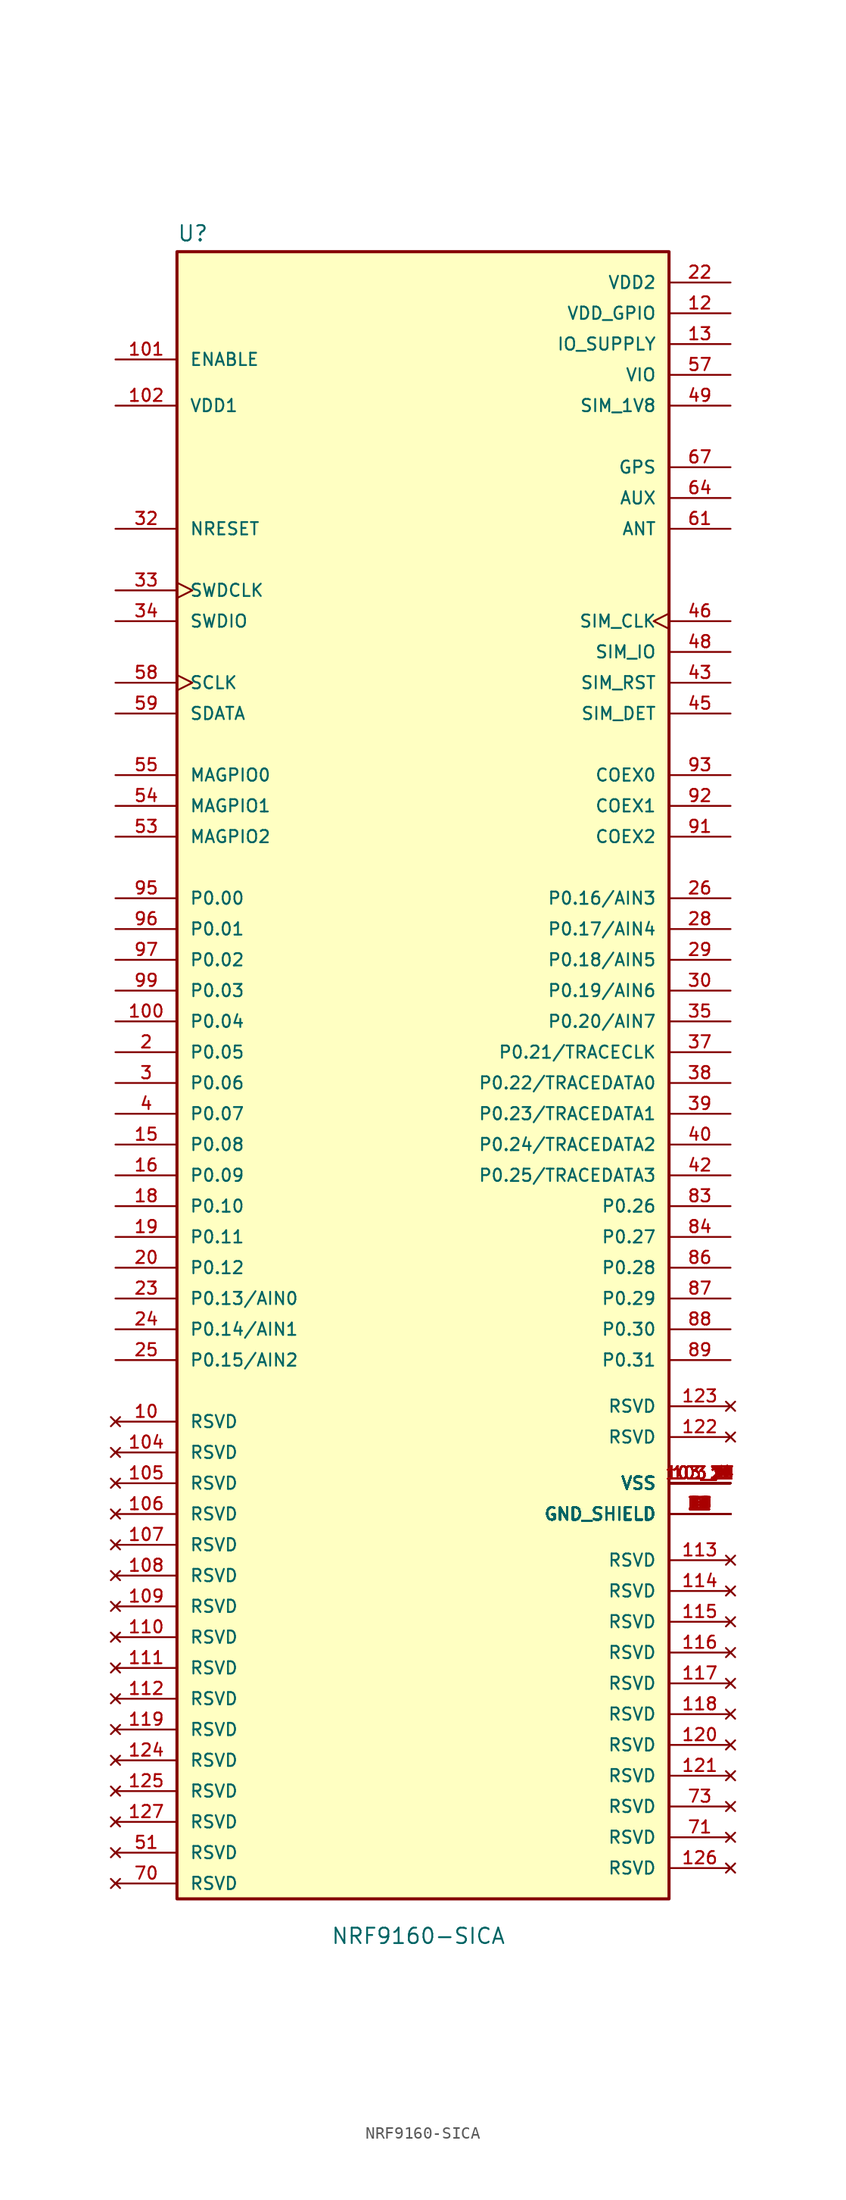
<source format=kicad_sym>
(kicad_symbol_lib
  (version 20220914)
  (generator kicad_symbol_editor)
  (symbol "NRF9160-SICA"
    (pin_names
      (offset 1.016))
    (property "Reference" "U"
      (at -20.32 54.102 0)
      (effects (font (size 1.27 1.27)) (justify left bottom)))
    (property "Value" "NRF9160-SICA"
      (at -7.62 -86.36 0)
      (effects (font (size 1.27 1.27)) (justify left bottom)))
    (symbol "NRF9160-SICA_0_0"
      (rectangle (start -20.32 53.34) (end 20.32 -82.55) (stroke (width 0.254) (type default)) (fill (type background)))
      (pin power_in line (at 25.4 -50.8 180) (length 5.08) (name "GND_SHIELD" (effects (font (size 1.016 1.016)))) (number "1" (effects (font (size 1.016 1.016)))))
      (pin bidirectional line (at -25.4 -10.16 0) (length 5.08) (name "P0.04" (effects (font (size 1.016 1.016)))) (number "100" (effects (font (size 1.016 1.016)))))
      (pin input line (at -25.4 44.45 0) (length 5.08) (name "ENABLE" (effects (font (size 1.016 1.016)))) (number "101" (effects (font (size 1.016 1.016)))))
      (pin power_in line (at 25.4 -48.26 180) (length 5.08) (name "VSS" (effects (font (size 1.016 1.016)))) (number "103_1" (effects (font (size 1.016 1.016)))))
      (pin power_in line (at 25.4 -48.26 180) (length 5.08) (name "VSS" (effects (font (size 1.016 1.016)))) (number "103_10" (effects (font (size 1.016 1.016)))))
      (pin power_in line (at 25.4 -48.26 180) (length 5.08) (name "VSS" (effects (font (size 1.016 1.016)))) (number "103_11" (effects (font (size 1.016 1.016)))))
      (pin power_in line (at 25.4 -48.26 180) (length 5.08) (name "VSS" (effects (font (size 1.016 1.016)))) (number "103_12" (effects (font (size 1.016 1.016)))))
      (pin power_in line (at 25.4 -48.26 180) (length 5.08) (name "VSS" (effects (font (size 1.016 1.016)))) (number "103_13" (effects (font (size 1.016 1.016)))))
      (pin power_in line (at 25.4 -48.26 180) (length 5.08) (name "VSS" (effects (font (size 1.016 1.016)))) (number "103_14" (effects (font (size 1.016 1.016)))))
      (pin power_in line (at 25.4 -48.26 180) (length 5.08) (name "VSS" (effects (font (size 1.016 1.016)))) (number "103_15" (effects (font (size 1.016 1.016)))))
      (pin power_in line (at 25.4 -48.26 180) (length 5.08) (name "VSS" (effects (font (size 1.016 1.016)))) (number "103_16" (effects (font (size 1.016 1.016)))))
      (pin power_in line (at 25.4 -48.26 180) (length 5.08) (name "VSS" (effects (font (size 1.016 1.016)))) (number "103_17" (effects (font (size 1.016 1.016)))))
      (pin power_in line (at 25.4 -48.26 180) (length 5.08) (name "VSS" (effects (font (size 1.016 1.016)))) (number "103_18" (effects (font (size 1.016 1.016)))))
      (pin power_in line (at 25.4 -48.26 180) (length 5.08) (name "VSS" (effects (font (size 1.016 1.016)))) (number "103_19" (effects (font (size 1.016 1.016)))))
      (pin power_in line (at 25.4 -48.26 180) (length 5.08) (name "VSS" (effects (font (size 1.016 1.016)))) (number "103_2" (effects (font (size 1.016 1.016)))))
      (pin power_in line (at 25.4 -48.26 180) (length 5.08) (name "VSS" (effects (font (size 1.016 1.016)))) (number "103_20" (effects (font (size 1.016 1.016)))))
      (pin power_in line (at 25.4 -48.26 180) (length 5.08) (name "VSS" (effects (font (size 1.016 1.016)))) (number "103_21" (effects (font (size 1.016 1.016)))))
      (pin power_in line (at 25.4 -48.26 180) (length 5.08) (name "VSS" (effects (font (size 1.016 1.016)))) (number "103_22" (effects (font (size 1.016 1.016)))))
      (pin power_in line (at 25.4 -48.26 180) (length 5.08) (name "VSS" (effects (font (size 1.016 1.016)))) (number "103_23" (effects (font (size 1.016 1.016)))))
      (pin power_in line (at 25.4 -48.26 180) (length 5.08) (name "VSS" (effects (font (size 1.016 1.016)))) (number "103_24" (effects (font (size 1.016 1.016)))))
      (pin power_in line (at 25.4 -48.26 180) (length 5.08) (name "VSS" (effects (font (size 1.016 1.016)))) (number "103_25" (effects (font (size 1.016 1.016)))))
      (pin power_in line (at 25.4 -48.26 180) (length 5.08) (name "VSS" (effects (font (size 1.016 1.016)))) (number "103_26" (effects (font (size 1.016 1.016)))))
      (pin power_in line (at 25.4 -48.26 180) (length 5.08) (name "VSS" (effects (font (size 1.016 1.016)))) (number "103_27" (effects (font (size 1.016 1.016)))))
      (pin power_in line (at 25.4 -48.26 180) (length 5.08) (name "VSS" (effects (font (size 1.016 1.016)))) (number "103_28" (effects (font (size 1.016 1.016)))))
      (pin power_in line (at 25.4 -48.26 180) (length 5.08) (name "VSS" (effects (font (size 1.016 1.016)))) (number "103_29" (effects (font (size 1.016 1.016)))))
      (pin power_in line (at 25.4 -48.26 180) (length 5.08) (name "VSS" (effects (font (size 1.016 1.016)))) (number "103_3" (effects (font (size 1.016 1.016)))))
      (pin power_in line (at 25.4 -48.26 180) (length 5.08) (name "VSS" (effects (font (size 1.016 1.016)))) (number "103_30" (effects (font (size 1.016 1.016)))))
      (pin power_in line (at 25.4 -48.26 180) (length 5.08) (name "VSS" (effects (font (size 1.016 1.016)))) (number "103_31" (effects (font (size 1.016 1.016)))))
      (pin power_in line (at 25.4 -48.26 180) (length 5.08) (name "VSS" (effects (font (size 1.016 1.016)))) (number "103_32" (effects (font (size 1.016 1.016)))))
      (pin power_in line (at 25.4 -48.26 180) (length 5.08) (name "VSS" (effects (font (size 1.016 1.016)))) (number "103_33" (effects (font (size 1.016 1.016)))))
      (pin power_in line (at 25.4 -48.26 180) (length 5.08) (name "VSS" (effects (font (size 1.016 1.016)))) (number "103_34" (effects (font (size 1.016 1.016)))))
      (pin power_in line (at 25.4 -48.26 180) (length 5.08) (name "VSS" (effects (font (size 1.016 1.016)))) (number "103_35" (effects (font (size 1.016 1.016)))))
      (pin power_in line (at 25.4 -48.26 180) (length 5.08) (name "VSS" (effects (font (size 1.016 1.016)))) (number "103_4" (effects (font (size 1.016 1.016)))))
      (pin power_in line (at 25.4 -48.26 180) (length 5.08) (name "VSS" (effects (font (size 1.016 1.016)))) (number "103_5" (effects (font (size 1.016 1.016)))))
      (pin power_in line (at 25.4 -48.26 180) (length 5.08) (name "VSS" (effects (font (size 1.016 1.016)))) (number "103_6" (effects (font (size 1.016 1.016)))))
      (pin power_in line (at 25.4 -48.26 180) (length 5.08) (name "VSS" (effects (font (size 1.016 1.016)))) (number "103_7" (effects (font (size 1.016 1.016)))))
      (pin power_in line (at 25.4 -48.26 180) (length 5.08) (name "VSS" (effects (font (size 1.016 1.016)))) (number "103_8" (effects (font (size 1.016 1.016)))))
      (pin power_in line (at 25.4 -48.26 180) (length 5.08) (name "VSS" (effects (font (size 1.016 1.016)))) (number "103_9" (effects (font (size 1.016 1.016)))))
      (pin power_in line (at 25.4 48.26 180) (length 5.08) (name "VDD_GPIO" (effects (font (size 1.016 1.016)))) (number "12" (effects (font (size 1.016 1.016)))))
      (pin power_in line (at 25.4 45.72 180) (length 5.08) (name "IO_SUPPLY" (effects (font (size 1.016 1.016)))) (number "13" (effects (font (size 1.016 1.016)))))
      (pin power_in line (at 25.4 -50.8 180) (length 5.08) (name "GND_SHIELD" (effects (font (size 1.016 1.016)))) (number "14" (effects (font (size 1.016 1.016)))))
      (pin bidirectional line (at -25.4 -20.32 0) (length 5.08) (name "P0.08" (effects (font (size 1.016 1.016)))) (number "15" (effects (font (size 1.016 1.016)))))
      (pin bidirectional line (at -25.4 -22.86 0) (length 5.08) (name "P0.09" (effects (font (size 1.016 1.016)))) (number "16" (effects (font (size 1.016 1.016)))))
      (pin power_in line (at 25.4 -50.8 180) (length 5.08) (name "GND_SHIELD" (effects (font (size 1.016 1.016)))) (number "17" (effects (font (size 1.016 1.016)))))
      (pin bidirectional line (at -25.4 -25.4 0) (length 5.08) (name "P0.10" (effects (font (size 1.016 1.016)))) (number "18" (effects (font (size 1.016 1.016)))))
      (pin bidirectional line (at -25.4 -27.94 0) (length 5.08) (name "P0.11" (effects (font (size 1.016 1.016)))) (number "19" (effects (font (size 1.016 1.016)))))
      (pin bidirectional line (at -25.4 -12.7 0) (length 5.08) (name "P0.05" (effects (font (size 1.016 1.016)))) (number "2" (effects (font (size 1.016 1.016)))))
      (pin bidirectional line (at -25.4 -30.48 0) (length 5.08) (name "P0.12" (effects (font (size 1.016 1.016)))) (number "20" (effects (font (size 1.016 1.016)))))
      (pin power_in line (at 25.4 -50.8 180) (length 5.08) (name "GND_SHIELD" (effects (font (size 1.016 1.016)))) (number "21" (effects (font (size 1.016 1.016)))))
      (pin bidirectional line (at -25.4 -33.02 0) (length 5.08) (name "P0.13/AIN0" (effects (font (size 1.016 1.016)))) (number "23" (effects (font (size 1.016 1.016)))))
      (pin bidirectional line (at -25.4 -35.56 0) (length 5.08) (name "P0.14/AIN1" (effects (font (size 1.016 1.016)))) (number "24" (effects (font (size 1.016 1.016)))))
      (pin bidirectional line (at -25.4 -38.1 0) (length 5.08) (name "P0.15/AIN2" (effects (font (size 1.016 1.016)))) (number "25" (effects (font (size 1.016 1.016)))))
      (pin bidirectional line (at 25.4 0 180) (length 5.08) (name "P0.16/AIN3" (effects (font (size 1.016 1.016)))) (number "26" (effects (font (size 1.016 1.016)))))
      (pin power_in line (at 25.4 -50.8 180) (length 5.08) (name "GND_SHIELD" (effects (font (size 1.016 1.016)))) (number "27" (effects (font (size 1.016 1.016)))))
      (pin bidirectional line (at 25.4 -2.54 180) (length 5.08) (name "P0.17/AIN4" (effects (font (size 1.016 1.016)))) (number "28" (effects (font (size 1.016 1.016)))))
      (pin bidirectional line (at 25.4 -5.08 180) (length 5.08) (name "P0.18/AIN5" (effects (font (size 1.016 1.016)))) (number "29" (effects (font (size 1.016 1.016)))))
      (pin bidirectional line (at -25.4 -15.24 0) (length 5.08) (name "P0.06" (effects (font (size 1.016 1.016)))) (number "3" (effects (font (size 1.016 1.016)))))
      (pin bidirectional line (at 25.4 -7.62 180) (length 5.08) (name "P0.19/AIN6" (effects (font (size 1.016 1.016)))) (number "30" (effects (font (size 1.016 1.016)))))
      (pin power_in line (at 25.4 -50.8 180) (length 5.08) (name "GND_SHIELD" (effects (font (size 1.016 1.016)))) (number "31" (effects (font (size 1.016 1.016)))))
      (pin input line (at -25.4 30.48 0) (length 5.08) (name "NRESET" (effects (font (size 1.016 1.016)))) (number "32" (effects (font (size 1.016 1.016)))))
      (pin input clock (at -25.4 25.4 0) (length 5.08) (name "SWDCLK" (effects (font (size 1.016 1.016)))) (number "33" (effects (font (size 1.016 1.016)))))
      (pin bidirectional line (at -25.4 22.86 0) (length 5.08) (name "SWDIO" (effects (font (size 1.016 1.016)))) (number "34" (effects (font (size 1.016 1.016)))))
      (pin bidirectional line (at 25.4 -10.16 180) (length 5.08) (name "P0.20/AIN7" (effects (font (size 1.016 1.016)))) (number "35" (effects (font (size 1.016 1.016)))))
      (pin power_in line (at 25.4 -50.8 180) (length 5.08) (name "GND_SHIELD" (effects (font (size 1.016 1.016)))) (number "36" (effects (font (size 1.016 1.016)))))
      (pin bidirectional line (at 25.4 -12.7 180) (length 5.08) (name "P0.21/TRACECLK" (effects (font (size 1.016 1.016)))) (number "37" (effects (font (size 1.016 1.016)))))
      (pin bidirectional line (at 25.4 -15.24 180) (length 5.08) (name "P0.22/TRACEDATA0" (effects (font (size 1.016 1.016)))) (number "38" (effects (font (size 1.016 1.016)))))
      (pin bidirectional line (at 25.4 -17.78 180) (length 5.08) (name "P0.23/TRACEDATA1" (effects (font (size 1.016 1.016)))) (number "39" (effects (font (size 1.016 1.016)))))
      (pin bidirectional line (at -25.4 -17.78 0) (length 5.08) (name "P0.07" (effects (font (size 1.016 1.016)))) (number "4" (effects (font (size 1.016 1.016)))))
      (pin bidirectional line (at 25.4 -20.32 180) (length 5.08) (name "P0.24/TRACEDATA2" (effects (font (size 1.016 1.016)))) (number "40" (effects (font (size 1.016 1.016)))))
      (pin power_in line (at 25.4 -50.8 180) (length 5.08) (name "GND_SHIELD" (effects (font (size 1.016 1.016)))) (number "41" (effects (font (size 1.016 1.016)))))
      (pin bidirectional line (at 25.4 -22.86 180) (length 5.08) (name "P0.25/TRACEDATA3" (effects (font (size 1.016 1.016)))) (number "42" (effects (font (size 1.016 1.016)))))
      (pin bidirectional line (at 25.4 17.78 180) (length 5.08) (name "SIM_RST" (effects (font (size 1.016 1.016)))) (number "43" (effects (font (size 1.016 1.016)))))
      (pin power_in line (at 25.4 -50.8 180) (length 5.08) (name "GND_SHIELD" (effects (font (size 1.016 1.016)))) (number "44" (effects (font (size 1.016 1.016)))))
      (pin bidirectional line (at 25.4 15.24 180) (length 5.08) (name "SIM_DET" (effects (font (size 1.016 1.016)))) (number "45" (effects (font (size 1.016 1.016)))))
      (pin bidirectional clock (at 25.4 22.86 180) (length 5.08) (name "SIM_CLK" (effects (font (size 1.016 1.016)))) (number "46" (effects (font (size 1.016 1.016)))))
      (pin power_in line (at 25.4 -50.8 180) (length 5.08) (name "GND_SHIELD" (effects (font (size 1.016 1.016)))) (number "47" (effects (font (size 1.016 1.016)))))
      (pin bidirectional line (at 25.4 20.32 180) (length 5.08) (name "SIM_IO" (effects (font (size 1.016 1.016)))) (number "48" (effects (font (size 1.016 1.016)))))
      (pin power_in line (at 25.4 40.64 180) (length 5.08) (name "SIM_1V8" (effects (font (size 1.016 1.016)))) (number "49" (effects (font (size 1.016 1.016)))))
      (pin power_in line (at 25.4 -50.8 180) (length 5.08) (name "GND_SHIELD" (effects (font (size 1.016 1.016)))) (number "5" (effects (font (size 1.016 1.016)))))
      (pin power_in line (at 25.4 -50.8 180) (length 5.08) (name "GND_SHIELD" (effects (font (size 1.016 1.016)))) (number "50" (effects (font (size 1.016 1.016)))))
      (pin power_in line (at 25.4 -50.8 180) (length 5.08) (name "GND_SHIELD" (effects (font (size 1.016 1.016)))) (number "52" (effects (font (size 1.016 1.016)))))
      (pin bidirectional line (at -25.4 5.08 0) (length 5.08) (name "MAGPIO2" (effects (font (size 1.016 1.016)))) (number "53" (effects (font (size 1.016 1.016)))))
      (pin bidirectional line (at -25.4 7.62 0) (length 5.08) (name "MAGPIO1" (effects (font (size 1.016 1.016)))) (number "54" (effects (font (size 1.016 1.016)))))
      (pin bidirectional line (at -25.4 10.16 0) (length 5.08) (name "MAGPIO0" (effects (font (size 1.016 1.016)))) (number "55" (effects (font (size 1.016 1.016)))))
      (pin power_in line (at 25.4 -50.8 180) (length 5.08) (name "GND_SHIELD" (effects (font (size 1.016 1.016)))) (number "56" (effects (font (size 1.016 1.016)))))
      (pin power_in line (at 25.4 43.18 180) (length 5.08) (name "VIO" (effects (font (size 1.016 1.016)))) (number "57" (effects (font (size 1.016 1.016)))))
      (pin bidirectional clock (at -25.4 17.78 0) (length 5.08) (name "SCLK" (effects (font (size 1.016 1.016)))) (number "58" (effects (font (size 1.016 1.016)))))
      (pin bidirectional line (at -25.4 15.24 0) (length 5.08) (name "SDATA" (effects (font (size 1.016 1.016)))) (number "59" (effects (font (size 1.016 1.016)))))
      (pin power_in line (at 25.4 -50.8 180) (length 5.08) (name "GND_SHIELD" (effects (font (size 1.016 1.016)))) (number "60" (effects (font (size 1.016 1.016)))))
      (pin bidirectional line (at 25.4 30.48 180) (length 5.08) (name "ANT" (effects (font (size 1.016 1.016)))) (number "61" (effects (font (size 1.016 1.016)))))
      (pin power_in line (at 25.4 -50.8 180) (length 5.08) (name "GND_SHIELD" (effects (font (size 1.016 1.016)))) (number "62" (effects (font (size 1.016 1.016)))))
      (pin power_in line (at 25.4 -50.8 180) (length 5.08) (name "GND_SHIELD" (effects (font (size 1.016 1.016)))) (number "63" (effects (font (size 1.016 1.016)))))
      (pin output line (at 25.4 33.02 180) (length 5.08) (name "AUX" (effects (font (size 1.016 1.016)))) (number "64" (effects (font (size 1.016 1.016)))))
      (pin power_in line (at 25.4 -50.8 180) (length 5.08) (name "GND_SHIELD" (effects (font (size 1.016 1.016)))) (number "65" (effects (font (size 1.016 1.016)))))
      (pin power_in line (at 25.4 -50.8 180) (length 5.08) (name "GND_SHIELD" (effects (font (size 1.016 1.016)))) (number "66" (effects (font (size 1.016 1.016)))))
      (pin input line (at 25.4 35.56 180) (length 5.08) (name "GPS" (effects (font (size 1.016 1.016)))) (number "67" (effects (font (size 1.016 1.016)))))
      (pin power_in line (at 25.4 -50.8 180) (length 5.08) (name "GND_SHIELD" (effects (font (size 1.016 1.016)))) (number "72" (effects (font (size 1.016 1.016)))))
      (pin power_in line (at 25.4 -50.8 180) (length 5.08) (name "GND_SHIELD" (effects (font (size 1.016 1.016)))) (number "74" (effects (font (size 1.016 1.016)))))
      (pin power_in line (at 25.4 -50.8 180) (length 5.08) (name "GND_SHIELD" (effects (font (size 1.016 1.016)))) (number "75" (effects (font (size 1.016 1.016)))))
      (pin power_in line (at 25.4 -50.8 180) (length 5.08) (name "GND_SHIELD" (effects (font (size 1.016 1.016)))) (number "76" (effects (font (size 1.016 1.016)))))
      (pin power_in line (at 25.4 -50.8 180) (length 5.08) (name "GND_SHIELD" (effects (font (size 1.016 1.016)))) (number "77" (effects (font (size 1.016 1.016)))))
      (pin power_in line (at 25.4 -50.8 180) (length 5.08) (name "GND_SHIELD" (effects (font (size 1.016 1.016)))) (number "78" (effects (font (size 1.016 1.016)))))
      (pin power_in line (at 25.4 -50.8 180) (length 5.08) (name "GND_SHIELD" (effects (font (size 1.016 1.016)))) (number "79" (effects (font (size 1.016 1.016)))))
      (pin power_in line (at 25.4 -50.8 180) (length 5.08) (name "GND_SHIELD" (effects (font (size 1.016 1.016)))) (number "80" (effects (font (size 1.016 1.016)))))
      (pin power_in line (at 25.4 -50.8 180) (length 5.08) (name "GND_SHIELD" (effects (font (size 1.016 1.016)))) (number "81" (effects (font (size 1.016 1.016)))))
      (pin power_in line (at 25.4 -50.8 180) (length 5.08) (name "GND_SHIELD" (effects (font (size 1.016 1.016)))) (number "82" (effects (font (size 1.016 1.016)))))
      (pin bidirectional line (at 25.4 -25.4 180) (length 5.08) (name "P0.26" (effects (font (size 1.016 1.016)))) (number "83" (effects (font (size 1.016 1.016)))))
      (pin bidirectional line (at 25.4 -27.94 180) (length 5.08) (name "P0.27" (effects (font (size 1.016 1.016)))) (number "84" (effects (font (size 1.016 1.016)))))
      (pin power_in line (at 25.4 -50.8 180) (length 5.08) (name "GND_SHIELD" (effects (font (size 1.016 1.016)))) (number "85" (effects (font (size 1.016 1.016)))))
      (pin bidirectional line (at 25.4 -30.48 180) (length 5.08) (name "P0.28" (effects (font (size 1.016 1.016)))) (number "86" (effects (font (size 1.016 1.016)))))
      (pin bidirectional line (at 25.4 -33.02 180) (length 5.08) (name "P0.29" (effects (font (size 1.016 1.016)))) (number "87" (effects (font (size 1.016 1.016)))))
      (pin bidirectional line (at 25.4 -35.56 180) (length 5.08) (name "P0.30" (effects (font (size 1.016 1.016)))) (number "88" (effects (font (size 1.016 1.016)))))
      (pin bidirectional line (at 25.4 -38.1 180) (length 5.08) (name "P0.31" (effects (font (size 1.016 1.016)))) (number "89" (effects (font (size 1.016 1.016)))))
      (pin power_in line (at 25.4 -50.8 180) (length 5.08) (name "GND_SHIELD" (effects (font (size 1.016 1.016)))) (number "9" (effects (font (size 1.016 1.016)))))
      (pin power_in line (at 25.4 -50.8 180) (length 5.08) (name "GND_SHIELD" (effects (font (size 1.016 1.016)))) (number "90" (effects (font (size 1.016 1.016)))))
      (pin bidirectional line (at 25.4 5.08 180) (length 5.08) (name "COEX2" (effects (font (size 1.016 1.016)))) (number "91" (effects (font (size 1.016 1.016)))))
      (pin bidirectional line (at 25.4 7.62 180) (length 5.08) (name "COEX1" (effects (font (size 1.016 1.016)))) (number "92" (effects (font (size 1.016 1.016)))))
      (pin bidirectional line (at 25.4 10.16 180) (length 5.08) (name "COEX0" (effects (font (size 1.016 1.016)))) (number "93" (effects (font (size 1.016 1.016)))))
      (pin power_in line (at 25.4 -50.8 180) (length 5.08) (name "GND_SHIELD" (effects (font (size 1.016 1.016)))) (number "94" (effects (font (size 1.016 1.016)))))
      (pin bidirectional line (at -25.4 0 0) (length 5.08) (name "P0.00" (effects (font (size 1.016 1.016)))) (number "95" (effects (font (size 1.016 1.016)))))
      (pin bidirectional line (at -25.4 -2.54 0) (length 5.08) (name "P0.01" (effects (font (size 1.016 1.016)))) (number "96" (effects (font (size 1.016 1.016)))))
      (pin bidirectional line (at -25.4 -5.08 0) (length 5.08) (name "P0.02" (effects (font (size 1.016 1.016)))) (number "97" (effects (font (size 1.016 1.016)))))
      (pin power_in line (at 25.4 -50.8 180) (length 5.08) (name "GND_SHIELD" (effects (font (size 1.016 1.016)))) (number "98" (effects (font (size 1.016 1.016)))))
      (pin bidirectional line (at -25.4 -7.62 0) (length 5.08) (name "P0.03" (effects (font (size 1.016 1.016)))) (number "99" (effects (font (size 1.016 1.016))))))
    (symbol "NRF9160-SICA_1_0"
      (pin no_connect line (at -25.4 -43.18 0) (length 5.08) (name "RSVD" (effects (font (size 1.016 1.016)))) (number "10" (effects (font (size 1.016 1.016)))))
      (pin power_in line (at -25.4 40.64 0) (length 5.08) (name "VDD1" (effects (font (size 1.016 1.016)))) (number "102" (effects (font (size 1.016 1.016)))))
      (pin no_connect line (at -25.4 -45.72 0) (length 5.08) (name "RSVD" (effects (font (size 1.016 1.016)))) (number "104" (effects (font (size 1.016 1.016)))))
      (pin no_connect line (at -25.4 -48.26 0) (length 5.08) (name "RSVD" (effects (font (size 1.016 1.016)))) (number "105" (effects (font (size 1.016 1.016)))))
      (pin no_connect line (at -25.4 -50.8 0) (length 5.08) (name "RSVD" (effects (font (size 1.016 1.016)))) (number "106" (effects (font (size 1.016 1.016)))))
      (pin no_connect line (at -25.4 -53.34 0) (length 5.08) (name "RSVD" (effects (font (size 1.016 1.016)))) (number "107" (effects (font (size 1.016 1.016)))))
      (pin no_connect line (at -25.4 -55.88 0) (length 5.08) (name "RSVD" (effects (font (size 1.016 1.016)))) (number "108" (effects (font (size 1.016 1.016)))))
      (pin no_connect line (at -25.4 -58.42 0) (length 5.08) (name "RSVD" (effects (font (size 1.016 1.016)))) (number "109" (effects (font (size 1.016 1.016)))))
      (pin power_in line (at 25.4 -50.8 180) (length 5.08) (name "GND_SHIELD" (effects (font (size 1.016 1.016)))) (number "11" (effects (font (size 1.016 1.016)))))
      (pin no_connect line (at -25.4 -60.96 0) (length 5.08) (name "RSVD" (effects (font (size 1.016 1.016)))) (number "110" (effects (font (size 1.016 1.016)))))
      (pin no_connect line (at -25.4 -63.5 0) (length 5.08) (name "RSVD" (effects (font (size 1.016 1.016)))) (number "111" (effects (font (size 1.016 1.016)))))
      (pin no_connect line (at -25.4 -66.04 0) (length 5.08) (name "RSVD" (effects (font (size 1.016 1.016)))) (number "112" (effects (font (size 1.016 1.016)))))
      (pin no_connect line (at 25.4 -54.61 180) (length 5.08) (name "RSVD" (effects (font (size 1.016 1.016)))) (number "113" (effects (font (size 1.016 1.016)))))
      (pin no_connect line (at 25.4 -57.15 180) (length 5.08) (name "RSVD" (effects (font (size 1.016 1.016)))) (number "114" (effects (font (size 1.016 1.016)))))
      (pin no_connect line (at 25.4 -59.69 180) (length 5.08) (name "RSVD" (effects (font (size 1.016 1.016)))) (number "115" (effects (font (size 1.016 1.016)))))
      (pin no_connect line (at 25.4 -62.23 180) (length 5.08) (name "RSVD" (effects (font (size 1.016 1.016)))) (number "116" (effects (font (size 1.016 1.016)))))
      (pin no_connect line (at 25.4 -64.77 180) (length 5.08) (name "RSVD" (effects (font (size 1.016 1.016)))) (number "117" (effects (font (size 1.016 1.016)))))
      (pin no_connect line (at 25.4 -67.31 180) (length 5.08) (name "RSVD" (effects (font (size 1.016 1.016)))) (number "118" (effects (font (size 1.016 1.016)))))
      (pin no_connect line (at -25.4 -68.58 0) (length 5.08) (name "RSVD" (effects (font (size 1.016 1.016)))) (number "119" (effects (font (size 1.016 1.016)))))
      (pin no_connect line (at 25.4 -69.85 180) (length 5.08) (name "RSVD" (effects (font (size 1.016 1.016)))) (number "120" (effects (font (size 1.016 1.016)))))
      (pin no_connect line (at 25.4 -72.39 180) (length 5.08) (name "RSVD" (effects (font (size 1.016 1.016)))) (number "121" (effects (font (size 1.016 1.016)))))
      (pin no_connect line (at 25.4 -44.45 180) (length 5.08) (name "RSVD" (effects (font (size 1.016 1.016)))) (number "122" (effects (font (size 1.016 1.016)))))
      (pin no_connect line (at 25.4 -41.91 180) (length 5.08) (name "RSVD" (effects (font (size 1.016 1.016)))) (number "123" (effects (font (size 1.016 1.016)))))
      (pin no_connect line (at -25.4 -71.12 0) (length 5.08) (name "RSVD" (effects (font (size 1.016 1.016)))) (number "124" (effects (font (size 1.016 1.016)))))
      (pin no_connect line (at -25.4 -73.66 0) (length 5.08) (name "RSVD" (effects (font (size 1.016 1.016)))) (number "125" (effects (font (size 1.016 1.016)))))
      (pin no_connect line (at 25.4 -80.01 180) (length 5.08) (name "RSVD" (effects (font (size 1.016 1.016)))) (number "126" (effects (font (size 1.016 1.016)))))
      (pin no_connect line (at -25.4 -76.2 0) (length 5.08) (name "RSVD" (effects (font (size 1.016 1.016)))) (number "127" (effects (font (size 1.016 1.016)))))
      (pin power_in line (at 25.4 50.8 180) (length 5.08) (name "VDD2" (effects (font (size 1.016 1.016)))) (number "22" (effects (font (size 1.016 1.016)))))
      (pin no_connect line (at -25.4 -78.74 0) (length 5.08) (name "RSVD" (effects (font (size 1.016 1.016)))) (number "51" (effects (font (size 1.016 1.016)))))
      (pin power_in line (at 25.4 -50.8 180) (length 5.08) (name "GND_SHIELD" (effects (font (size 1.016 1.016)))) (number "6" (effects (font (size 1.016 1.016)))))
      (pin power_in line (at 25.4 -50.8 180) (length 5.08) (name "GND_SHIELD" (effects (font (size 1.016 1.016)))) (number "68" (effects (font (size 1.016 1.016)))))
      (pin power_in line (at 25.4 -50.8 180) (length 5.08) (name "GND_SHIELD" (effects (font (size 1.016 1.016)))) (number "69" (effects (font (size 1.016 1.016)))))
      (pin power_in line (at 25.4 -50.8 180) (length 5.08) (name "GND_SHIELD" (effects (font (size 1.016 1.016)))) (number "7" (effects (font (size 1.016 1.016)))))
      (pin no_connect line (at -25.4 -81.28 0) (length 5.08) (name "RSVD" (effects (font (size 1.016 1.016)))) (number "70" (effects (font (size 1.016 1.016)))))
      (pin no_connect line (at 25.4 -77.47 180) (length 5.08) (name "RSVD" (effects (font (size 1.016 1.016)))) (number "71" (effects (font (size 1.016 1.016)))))
      (pin no_connect line (at 25.4 -74.93 180) (length 5.08) (name "RSVD" (effects (font (size 1.016 1.016)))) (number "73" (effects (font (size 1.016 1.016)))))
      (pin power_in line (at 25.4 -50.8 180) (length 5.08) (name "GND_SHIELD" (effects (font (size 1.016 1.016)))) (number "8" (effects (font (size 1.016 1.016))))))))
</source>
